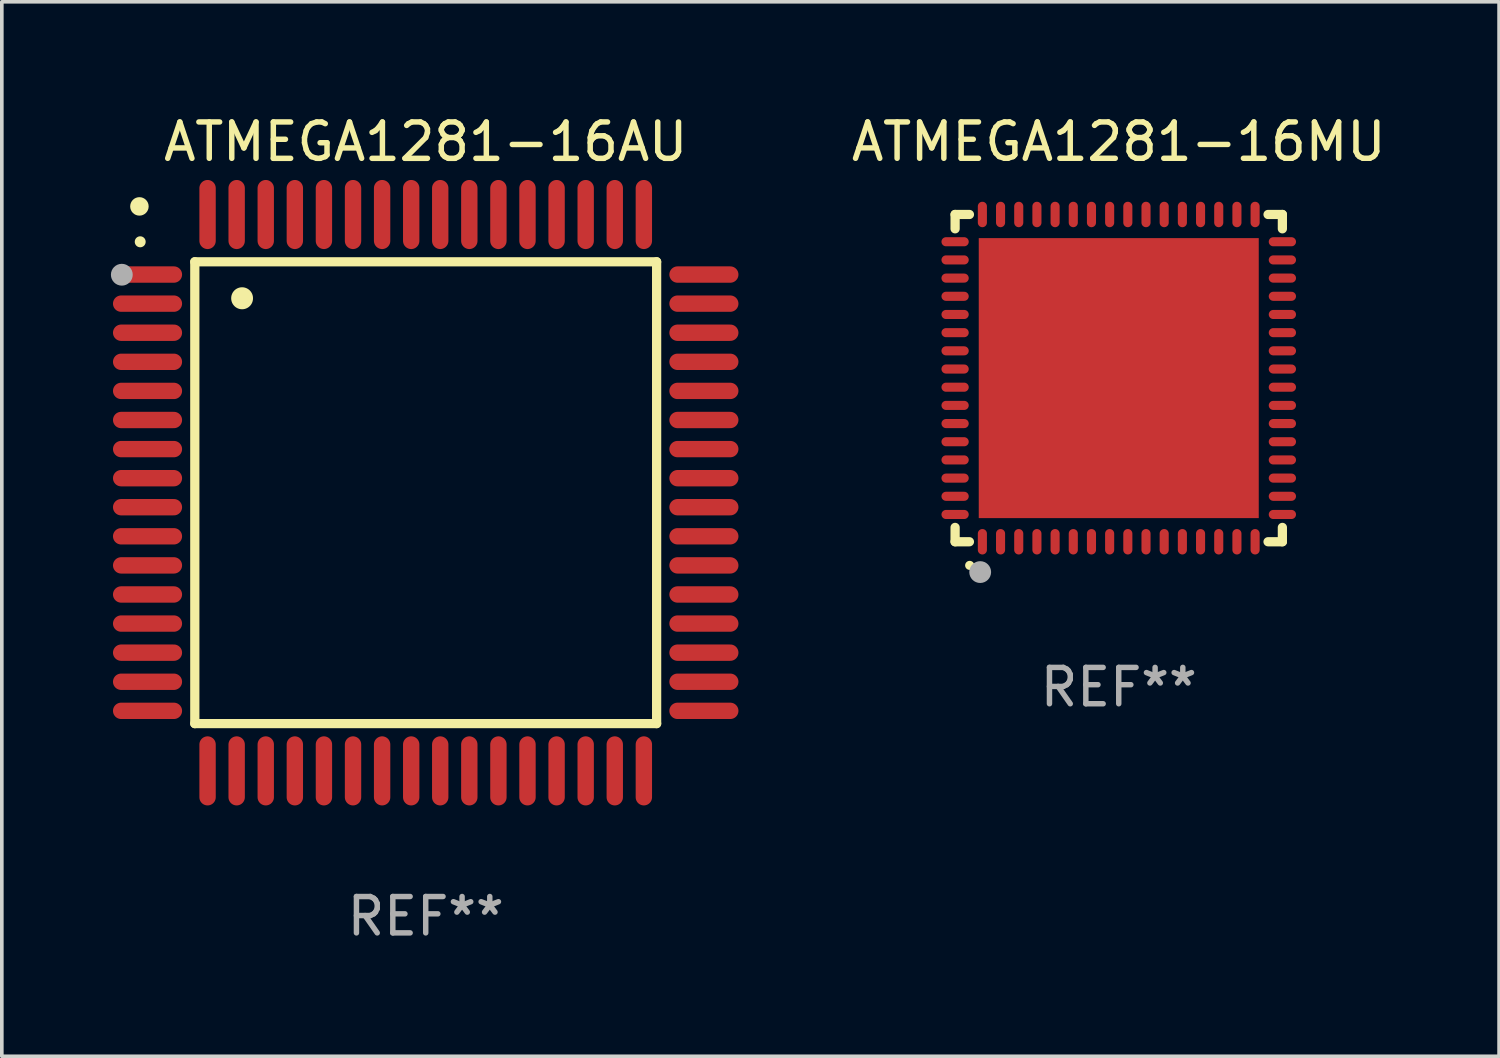
<source format=kicad_pcb>
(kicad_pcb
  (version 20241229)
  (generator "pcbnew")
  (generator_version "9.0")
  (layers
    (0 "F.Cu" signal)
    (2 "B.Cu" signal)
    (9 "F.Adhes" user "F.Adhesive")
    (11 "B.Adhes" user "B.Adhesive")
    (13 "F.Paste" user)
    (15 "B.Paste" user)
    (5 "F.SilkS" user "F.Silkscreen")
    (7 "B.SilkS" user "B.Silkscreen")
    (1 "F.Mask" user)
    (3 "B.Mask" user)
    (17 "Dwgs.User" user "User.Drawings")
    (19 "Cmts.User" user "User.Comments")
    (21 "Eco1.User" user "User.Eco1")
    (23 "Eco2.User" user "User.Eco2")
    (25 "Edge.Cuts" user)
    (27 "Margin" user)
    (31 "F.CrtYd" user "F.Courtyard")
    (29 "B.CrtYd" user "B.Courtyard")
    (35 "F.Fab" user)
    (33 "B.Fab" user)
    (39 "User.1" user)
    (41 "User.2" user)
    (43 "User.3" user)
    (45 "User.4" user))
  (footprint "ATMEGA1281-16MU"
    (layer "F.Cu")
    (at 27.715 7.348)
    (property "Reference" "ATMEGA1281-16MU" (at 0 -6.5 0) (layer "F.SilkS") (effects (font (size 1 1) (thickness 0.15))))
    (attr through_hole)
    (fp_line (start -4.5 -4.5) (end -4.106 -4.5) (stroke (width 0.254) (type solid)) (layer "F.SilkS"))
    (fp_line (start -4.5 -4.106) (end -4.5 -4.5) (stroke (width 0.254) (type solid)) (layer "F.SilkS"))
    (fp_line (start -4.5 4.5) (end -4.5 4.106) (stroke (width 0.254) (type solid)) (layer "F.SilkS"))
    (fp_line (start -4.106 4.5) (end -4.5 4.5) (stroke (width 0.254) (type solid)) (layer "F.SilkS"))
    (fp_line (start 4.106 -4.5) (end 4.5 -4.5) (stroke (width 0.254) (type solid)) (layer "F.SilkS"))
    (fp_line (start 4.5 -4.5) (end 4.5 -4.106) (stroke (width 0.254) (type solid)) (layer "F.SilkS"))
    (fp_line (start 4.5 4.106) (end 4.5 4.5) (stroke (width 0.254) (type solid)) (layer "F.SilkS"))
    (fp_line (start 4.5 4.5) (end 4.106 4.5) (stroke (width 0.254) (type solid)) (layer "F.SilkS"))
    (fp_arc (start -4.099987 5.149898) (mid -4.098717 5.149892) (end -4.097447 5.149898) (stroke (width 0.24892) (type solid)) (layer "F.SilkS"))
    (fp_circle (center -4.5 4.5) (end -4.47 4.5) (stroke (width 0.06) (type solid)) (fill no) (layer "F.SilkS"))
    (fp_circle (center -3.81 5.334) (end -3.66 5.334) (stroke (width 0.3) (type solid)) (fill no) (layer "F.Fab"))
    (fp_text user "REF**" (at 0 8.5 0) (layer "F.Fab") (effects (font (size 1 1) (thickness 0.15))))
    (pad "1" smd oval (at -3.75 4.5) (size 0.25 0.7) (layers "F.Cu" "F.Mask" "F.Paste"))
    (pad "2" smd oval (at -3.25 4.5) (size 0.25 0.7) (layers "F.Cu" "F.Mask" "F.Paste"))
    (pad "3" smd oval (at -2.75 4.5) (size 0.25 0.7) (layers "F.Cu" "F.Mask" "F.Paste"))
    (pad "4" smd oval (at -2.25 4.5) (size 0.25 0.7) (layers "F.Cu" "F.Mask" "F.Paste"))
    (pad "5" smd oval (at -1.75 4.5) (size 0.25 0.7) (layers "F.Cu" "F.Mask" "F.Paste"))
    (pad "6" smd oval (at -1.25 4.5) (size 0.25 0.7) (layers "F.Cu" "F.Mask" "F.Paste"))
    (pad "7" smd oval (at -0.75 4.5) (size 0.25 0.7) (layers "F.Cu" "F.Mask" "F.Paste"))
    (pad "8" smd oval (at -0.25 4.5) (size 0.25 0.7) (layers "F.Cu" "F.Mask" "F.Paste"))
    (pad "9" smd oval (at 0.25 4.5) (size 0.25 0.7) (layers "F.Cu" "F.Mask" "F.Paste"))
    (pad "10" smd oval (at 0.75 4.5) (size 0.25 0.7) (layers "F.Cu" "F.Mask" "F.Paste"))
    (pad "11" smd oval (at 1.25 4.5) (size 0.25 0.7) (layers "F.Cu" "F.Mask" "F.Paste"))
    (pad "12" smd oval (at 1.75 4.5) (size 0.25 0.7) (layers "F.Cu" "F.Mask" "F.Paste"))
    (pad "13" smd oval (at 2.25 4.5) (size 0.25 0.7) (layers "F.Cu" "F.Mask" "F.Paste"))
    (pad "14" smd oval (at 2.75 4.5) (size 0.25 0.7) (layers "F.Cu" "F.Mask" "F.Paste"))
    (pad "15" smd oval (at 3.25 4.5) (size 0.25 0.7) (layers "F.Cu" "F.Mask" "F.Paste"))
    (pad "16" smd oval (at 3.75 4.5) (size 0.25 0.7) (layers "F.Cu" "F.Mask" "F.Paste"))
    (pad "17" smd oval (at 4.5 3.75) (size 0.75 0.25) (layers "F.Cu" "F.Mask" "F.Paste"))
    (pad "18" smd oval (at 4.5 3.25) (size 0.75 0.25) (layers "F.Cu" "F.Mask" "F.Paste"))
    (pad "19" smd oval (at 4.5 2.75) (size 0.75 0.25) (layers "F.Cu" "F.Mask" "F.Paste"))
    (pad "20" smd oval (at 4.5 2.25) (size 0.75 0.25) (layers "F.Cu" "F.Mask" "F.Paste"))
    (pad "21" smd oval (at 4.5 1.75) (size 0.75 0.25) (layers "F.Cu" "F.Mask" "F.Paste"))
    (pad "22" smd oval (at 4.5 1.25) (size 0.75 0.25) (layers "F.Cu" "F.Mask" "F.Paste"))
    (pad "23" smd oval (at 4.5 0.75) (size 0.75 0.25) (layers "F.Cu" "F.Mask" "F.Paste"))
    (pad "24" smd oval (at 4.5 0.25) (size 0.75 0.25) (layers "F.Cu" "F.Mask" "F.Paste"))
    (pad "25" smd oval (at 4.5 -0.25) (size 0.75 0.25) (layers "F.Cu" "F.Mask" "F.Paste"))
    (pad "26" smd oval (at 4.5 -0.75) (size 0.75 0.25) (layers "F.Cu" "F.Mask" "F.Paste"))
    (pad "27" smd oval (at 4.5 -1.25) (size 0.75 0.25) (layers "F.Cu" "F.Mask" "F.Paste"))
    (pad "28" smd oval (at 4.5 -1.75) (size 0.75 0.25) (layers "F.Cu" "F.Mask" "F.Paste"))
    (pad "29" smd oval (at 4.5 -2.25) (size 0.75 0.25) (layers "F.Cu" "F.Mask" "F.Paste"))
    (pad "30" smd oval (at 4.5 -2.75) (size 0.75 0.25) (layers "F.Cu" "F.Mask" "F.Paste"))
    (pad "31" smd oval (at 4.5 -3.25) (size 0.75 0.25) (layers "F.Cu" "F.Mask" "F.Paste"))
    (pad "32" smd oval (at 4.5 -3.75) (size 0.75 0.25) (layers "F.Cu" "F.Mask" "F.Paste"))
    (pad "33" smd oval (at 3.75 -4.5) (size 0.25 0.7) (layers "F.Cu" "F.Mask" "F.Paste"))
    (pad "34" smd oval (at 3.25 -4.5) (size 0.25 0.7) (layers "F.Cu" "F.Mask" "F.Paste"))
    (pad "35" smd oval (at 2.75 -4.5) (size 0.25 0.7) (layers "F.Cu" "F.Mask" "F.Paste"))
    (pad "36" smd oval (at 2.25 -4.5) (size 0.25 0.7) (layers "F.Cu" "F.Mask" "F.Paste"))
    (pad "37" smd oval (at 1.75 -4.5) (size 0.25 0.7) (layers "F.Cu" "F.Mask" "F.Paste"))
    (pad "38" smd oval (at 1.25 -4.5) (size 0.25 0.7) (layers "F.Cu" "F.Mask" "F.Paste"))
    (pad "39" smd oval (at 0.75 -4.5) (size 0.25 0.7) (layers "F.Cu" "F.Mask" "F.Paste"))
    (pad "40" smd oval (at 0.25 -4.5) (size 0.25 0.7) (layers "F.Cu" "F.Mask" "F.Paste"))
    (pad "41" smd oval (at -0.25 -4.5) (size 0.25 0.7) (layers "F.Cu" "F.Mask" "F.Paste"))
    (pad "42" smd oval (at -0.75 -4.5) (size 0.25 0.7) (layers "F.Cu" "F.Mask" "F.Paste"))
    (pad "43" smd oval (at -1.25 -4.5) (size 0.25 0.7) (layers "F.Cu" "F.Mask" "F.Paste"))
    (pad "44" smd oval (at -1.75 -4.5) (size 0.25 0.7) (layers "F.Cu" "F.Mask" "F.Paste"))
    (pad "45" smd oval (at -2.25 -4.5) (size 0.25 0.7) (layers "F.Cu" "F.Mask" "F.Paste"))
    (pad "46" smd oval (at -2.75 -4.5) (size 0.25 0.7) (layers "F.Cu" "F.Mask" "F.Paste"))
    (pad "47" smd oval (at -3.25 -4.5) (size 0.25 0.7) (layers "F.Cu" "F.Mask" "F.Paste"))
    (pad "48" smd oval (at -3.75 -4.5) (size 0.25 0.7) (layers "F.Cu" "F.Mask" "F.Paste"))
    (pad "49" smd oval (at -4.5 -3.75) (size 0.75 0.25) (layers "F.Cu" "F.Mask" "F.Paste"))
    (pad "50" smd oval (at -4.5 -3.25) (size 0.75 0.25) (layers "F.Cu" "F.Mask" "F.Paste"))
    (pad "51" smd oval (at -4.5 -2.75) (size 0.75 0.25) (layers "F.Cu" "F.Mask" "F.Paste"))
    (pad "52" smd oval (at -4.5 -2.25) (size 0.75 0.25) (layers "F.Cu" "F.Mask" "F.Paste"))
    (pad "53" smd oval (at -4.5 -1.75) (size 0.75 0.25) (layers "F.Cu" "F.Mask" "F.Paste"))
    (pad "54" smd oval (at -4.5 -1.25) (size 0.75 0.25) (layers "F.Cu" "F.Mask" "F.Paste"))
    (pad "55" smd oval (at -4.5 -0.75) (size 0.75 0.25) (layers "F.Cu" "F.Mask" "F.Paste"))
    (pad "56" smd oval (at -4.5 -0.25) (size 0.75 0.25) (layers "F.Cu" "F.Mask" "F.Paste"))
    (pad "57" smd oval (at -4.5 0.25) (size 0.75 0.25) (layers "F.Cu" "F.Mask" "F.Paste"))
    (pad "58" smd oval (at -4.5 0.75) (size 0.75 0.25) (layers "F.Cu" "F.Mask" "F.Paste"))
    (pad "59" smd oval (at -4.5 1.25) (size 0.75 0.25) (layers "F.Cu" "F.Mask" "F.Paste"))
    (pad "60" smd oval (at -4.5 1.75) (size 0.75 0.25) (layers "F.Cu" "F.Mask" "F.Paste"))
    (pad "61" smd oval (at -4.5 2.25) (size 0.75 0.25) (layers "F.Cu" "F.Mask" "F.Paste"))
    (pad "62" smd oval (at -4.5 2.75) (size 0.75 0.25) (layers "F.Cu" "F.Mask" "F.Paste"))
    (pad "63" smd oval (at -4.5 3.25) (size 0.75 0.25) (layers "F.Cu" "F.Mask" "F.Paste"))
    (pad "64" smd oval (at -4.5 3.75) (size 0.75 0.25) (layers "F.Cu" "F.Mask" "F.Paste"))
    (pad "65" smd rect (at 0.000394 -0.000013) (size 7.7 7.7) (layers "F.Cu" "F.Mask" "F.Paste")))
  (footprint "ATMEGA1281-16AU"
    (layer "F.Cu")
    (at 8.657 10.499)
    (property "Reference" "ATMEGA1281-16AU" (at 0 -9.65 0) (layer "F.SilkS") (effects (font (size 1 1) (thickness 0.15))))
    (attr through_hole)
    (fp_line (start -6.35 -6.35) (end 6.35 -6.35) (stroke (width 0.254) (type solid)) (layer "F.SilkS"))
    (fp_line (start -6.35 6.35) (end -6.35 -6.35) (stroke (width 0.254) (type solid)) (layer "F.SilkS"))
    (fp_line (start 6.35 -6.35) (end 6.35 6.35) (stroke (width 0.254) (type solid)) (layer "F.SilkS"))
    (fp_line (start 6.35 6.35) (end -6.35 6.35) (stroke (width 0.254) (type solid)) (layer "F.SilkS"))
    (fp_arc (start -7.851156 -6.898654) (mid -7.851161 -6.899924) (end -7.851156 -6.901194) (stroke (width 0.3) (type solid)) (layer "F.SilkS"))
    (fp_arc (start -5.04953 -5.344171) (mid -5.049541 -5.346711) (end -5.04953 -5.349251) (stroke (width 0.6) (type solid)) (layer "F.SilkS"))
    (fp_circle (center -7.873 -7.873) (end -7.746 -7.873) (stroke (width 0.254) (type solid)) (fill no) (layer "F.SilkS"))
    (fp_circle (center -8.357 -5.994) (end -8.207 -5.994) (stroke (width 0.3) (type solid)) (fill no) (layer "F.Fab"))
    (fp_text user "REF**" (at 0 11.65 0) (layer "F.Fab") (effects (font (size 1 1) (thickness 0.15))))
    (pad "1" smd oval (at -7.65 -5.999 90) (size 0.45 1.9) (layers "F.Cu" "F.Mask" "F.Paste"))
    (pad "2" smd oval (at -7.65 -5.199 90) (size 0.45 1.9) (layers "F.Cu" "F.Mask" "F.Paste"))
    (pad "3" smd oval (at -7.65 -4.399 90) (size 0.45 1.9) (layers "F.Cu" "F.Mask" "F.Paste"))
    (pad "4" smd oval (at -7.65 -3.599 90) (size 0.45 1.9) (layers "F.Cu" "F.Mask" "F.Paste"))
    (pad "5" smd oval (at -7.65 -2.799 90) (size 0.45 1.9) (layers "F.Cu" "F.Mask" "F.Paste"))
    (pad "6" smd oval (at -7.65 -1.999 90) (size 0.45 1.9) (layers "F.Cu" "F.Mask" "F.Paste"))
    (pad "7" smd oval (at -7.65 -1.199 90) (size 0.45 1.9) (layers "F.Cu" "F.Mask" "F.Paste"))
    (pad "8" smd oval (at -7.65 -0.399 90) (size 0.45 1.9) (layers "F.Cu" "F.Mask" "F.Paste"))
    (pad "9" smd oval (at -7.65 0.399 90) (size 0.45 1.9) (layers "F.Cu" "F.Mask" "F.Paste"))
    (pad "10" smd oval (at -7.65 1.199 90) (size 0.45 1.9) (layers "F.Cu" "F.Mask" "F.Paste"))
    (pad "11" smd oval (at -7.65 1.999 90) (size 0.45 1.9) (layers "F.Cu" "F.Mask" "F.Paste"))
    (pad "12" smd oval (at -7.65 2.799 90) (size 0.45 1.9) (layers "F.Cu" "F.Mask" "F.Paste"))
    (pad "13" smd oval (at -7.65 3.599 90) (size 0.45 1.9) (layers "F.Cu" "F.Mask" "F.Paste"))
    (pad "14" smd oval (at -7.65 4.399 90) (size 0.45 1.9) (layers "F.Cu" "F.Mask" "F.Paste"))
    (pad "15" smd oval (at -7.65 5.199 90) (size 0.45 1.9) (layers "F.Cu" "F.Mask" "F.Paste"))
    (pad "16" smd oval (at -7.65 5.999 90) (size 0.45 1.9) (layers "F.Cu" "F.Mask" "F.Paste"))
    (pad "17" smd oval (at -5.999 7.65) (size 0.45 1.9) (layers "F.Cu" "F.Mask" "F.Paste"))
    (pad "18" smd oval (at -5.199 7.65) (size 0.45 1.9) (layers "F.Cu" "F.Mask" "F.Paste"))
    (pad "19" smd oval (at -4.399 7.65) (size 0.45 1.9) (layers "F.Cu" "F.Mask" "F.Paste"))
    (pad "20" smd oval (at -3.599 7.65) (size 0.45 1.9) (layers "F.Cu" "F.Mask" "F.Paste"))
    (pad "21" smd oval (at -2.799 7.65) (size 0.45 1.9) (layers "F.Cu" "F.Mask" "F.Paste"))
    (pad "22" smd oval (at -1.999 7.65) (size 0.45 1.9) (layers "F.Cu" "F.Mask" "F.Paste"))
    (pad "23" smd oval (at -1.199 7.65) (size 0.45 1.9) (layers "F.Cu" "F.Mask" "F.Paste"))
    (pad "24" smd oval (at -0.399 7.65) (size 0.45 1.9) (layers "F.Cu" "F.Mask" "F.Paste"))
    (pad "25" smd oval (at 0.399 7.65) (size 0.45 1.9) (layers "F.Cu" "F.Mask" "F.Paste"))
    (pad "26" smd oval (at 1.199 7.65) (size 0.45 1.9) (layers "F.Cu" "F.Mask" "F.Paste"))
    (pad "27" smd oval (at 1.999 7.65) (size 0.45 1.9) (layers "F.Cu" "F.Mask" "F.Paste"))
    (pad "28" smd oval (at 2.799 7.65) (size 0.45 1.9) (layers "F.Cu" "F.Mask" "F.Paste"))
    (pad "29" smd oval (at 3.599 7.65) (size 0.45 1.9) (layers "F.Cu" "F.Mask" "F.Paste"))
    (pad "30" smd oval (at 4.399 7.65) (size 0.45 1.9) (layers "F.Cu" "F.Mask" "F.Paste"))
    (pad "31" smd oval (at 5.199 7.65) (size 0.45 1.9) (layers "F.Cu" "F.Mask" "F.Paste"))
    (pad "32" smd oval (at 5.999 7.65) (size 0.45 1.9) (layers "F.Cu" "F.Mask" "F.Paste"))
    (pad "33" smd oval (at 7.65 5.999 90) (size 0.45 1.9) (layers "F.Cu" "F.Mask" "F.Paste"))
    (pad "34" smd oval (at 7.65 5.199 90) (size 0.45 1.9) (layers "F.Cu" "F.Mask" "F.Paste"))
    (pad "35" smd oval (at 7.65 4.399 90) (size 0.45 1.9) (layers "F.Cu" "F.Mask" "F.Paste"))
    (pad "36" smd oval (at 7.65 3.599 90) (size 0.45 1.9) (layers "F.Cu" "F.Mask" "F.Paste"))
    (pad "37" smd oval (at 7.65 2.799 90) (size 0.45 1.9) (layers "F.Cu" "F.Mask" "F.Paste"))
    (pad "38" smd oval (at 7.65 1.999 90) (size 0.45 1.9) (layers "F.Cu" "F.Mask" "F.Paste"))
    (pad "39" smd oval (at 7.65 1.199 90) (size 0.45 1.9) (layers "F.Cu" "F.Mask" "F.Paste"))
    (pad "40" smd oval (at 7.65 0.399 90) (size 0.45 1.9) (layers "F.Cu" "F.Mask" "F.Paste"))
    (pad "41" smd oval (at 7.65 -0.399 90) (size 0.45 1.9) (layers "F.Cu" "F.Mask" "F.Paste"))
    (pad "42" smd oval (at 7.65 -1.199 90) (size 0.45 1.9) (layers "F.Cu" "F.Mask" "F.Paste"))
    (pad "43" smd oval (at 7.65 -1.999 90) (size 0.45 1.9) (layers "F.Cu" "F.Mask" "F.Paste"))
    (pad "44" smd oval (at 7.65 -2.799 90) (size 0.45 1.9) (layers "F.Cu" "F.Mask" "F.Paste"))
    (pad "45" smd oval (at 7.65 -3.599 90) (size 0.45 1.9) (layers "F.Cu" "F.Mask" "F.Paste"))
    (pad "46" smd oval (at 7.65 -4.399 90) (size 0.45 1.9) (layers "F.Cu" "F.Mask" "F.Paste"))
    (pad "47" smd oval (at 7.65 -5.199 90) (size 0.45 1.9) (layers "F.Cu" "F.Mask" "F.Paste"))
    (pad "48" smd oval (at 7.65 -5.999 90) (size 0.45 1.9) (layers "F.Cu" "F.Mask" "F.Paste"))
    (pad "49" smd oval (at 5.999 -7.65) (size 0.45 1.9) (layers "F.Cu" "F.Mask" "F.Paste"))
    (pad "50" smd oval (at 5.199 -7.65) (size 0.45 1.9) (layers "F.Cu" "F.Mask" "F.Paste"))
    (pad "51" smd oval (at 4.399 -7.65) (size 0.45 1.9) (layers "F.Cu" "F.Mask" "F.Paste"))
    (pad "52" smd oval (at 3.599 -7.65) (size 0.45 1.9) (layers "F.Cu" "F.Mask" "F.Paste"))
    (pad "53" smd oval (at 2.799 -7.65) (size 0.45 1.9) (layers "F.Cu" "F.Mask" "F.Paste"))
    (pad "54" smd oval (at 1.999 -7.65) (size 0.45 1.9) (layers "F.Cu" "F.Mask" "F.Paste"))
    (pad "55" smd oval (at 1.199 -7.65) (size 0.45 1.9) (layers "F.Cu" "F.Mask" "F.Paste"))
    (pad "56" smd oval (at 0.399 -7.65) (size 0.45 1.9) (layers "F.Cu" "F.Mask" "F.Paste"))
    (pad "57" smd oval (at -0.399 -7.65) (size 0.45 1.9) (layers "F.Cu" "F.Mask" "F.Paste"))
    (pad "58" smd oval (at -1.199 -7.65) (size 0.45 1.9) (layers "F.Cu" "F.Mask" "F.Paste"))
    (pad "59" smd oval (at -1.999 -7.65) (size 0.45 1.9) (layers "F.Cu" "F.Mask" "F.Paste"))
    (pad "60" smd oval (at -2.799 -7.65) (size 0.45 1.9) (layers "F.Cu" "F.Mask" "F.Paste"))
    (pad "61" smd oval (at -3.599 -7.65) (size 0.45 1.9) (layers "F.Cu" "F.Mask" "F.Paste"))
    (pad "62" smd oval (at -4.399 -7.65) (size 0.45 1.9) (layers "F.Cu" "F.Mask" "F.Paste"))
    (pad "63" smd oval (at -5.199 -7.65) (size 0.45 1.9) (layers "F.Cu" "F.Mask" "F.Paste"))
    (pad "64" smd oval (at -5.999 -7.65) (size 0.45 1.9) (layers "F.Cu" "F.Mask" "F.Paste")))
  (gr_rect
    (start -3 -3)
    (end 38.174 25.997)
    (stroke (width 0.1) (type default))
    (fill no)
    (layer "Edge.Cuts")))
</source>
